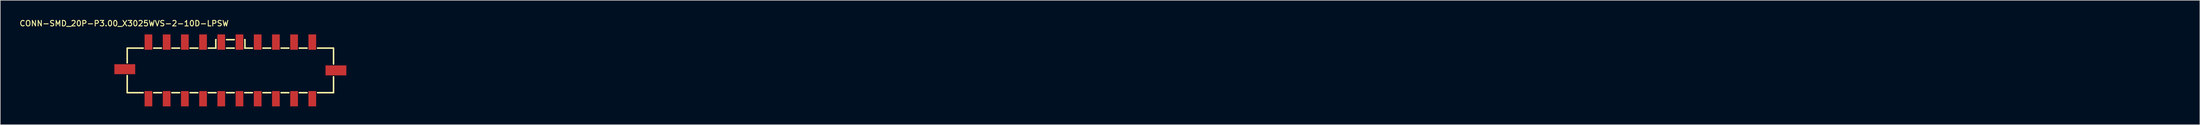
<source format=kicad_pcb>
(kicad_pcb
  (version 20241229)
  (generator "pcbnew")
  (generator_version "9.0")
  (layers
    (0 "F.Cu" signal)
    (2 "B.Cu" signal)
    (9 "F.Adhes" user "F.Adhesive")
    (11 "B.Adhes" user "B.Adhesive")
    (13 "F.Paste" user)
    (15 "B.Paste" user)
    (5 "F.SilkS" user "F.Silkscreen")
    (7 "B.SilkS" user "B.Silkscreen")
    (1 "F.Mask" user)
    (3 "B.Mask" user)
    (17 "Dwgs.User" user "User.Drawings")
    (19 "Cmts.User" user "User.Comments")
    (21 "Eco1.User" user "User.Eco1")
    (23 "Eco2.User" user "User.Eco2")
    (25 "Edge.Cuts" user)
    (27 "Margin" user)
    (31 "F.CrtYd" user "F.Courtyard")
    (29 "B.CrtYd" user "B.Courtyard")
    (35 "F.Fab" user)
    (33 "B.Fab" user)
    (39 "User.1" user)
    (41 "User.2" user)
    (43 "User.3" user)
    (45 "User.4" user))
  (footprint "CONN-SMD_20P-P3.00_X3025WVS-2-10D-LPSW"
    (layer "F.Cu")
    (at 34.909 8.636)
    (property "Reference" "CONN-SMD_20P-P3.00_X3025WVS-2-10D-LPSW" (at -0.192 -7.264 0) (layer "F.SilkS") (effects (font (size 0.914 0.914) (thickness 0.152)) (justify right bottom)))
    (attr through_hole)
    (fp_line (start -17 -3.7) (end -17 -1.256) (stroke (width 0.254) (type default)) (layer "F.SilkS"))
    (fp_line (start -17 -3.7) (end -14.366 -3.7) (stroke (width 0.254) (type default)) (layer "F.SilkS"))
    (fp_line (start -17 0.856) (end -17 3.7) (stroke (width 0.254) (type default)) (layer "F.SilkS"))
    (fp_line (start -17 3.7) (end -14.366 3.7) (stroke (width 0.254) (type default)) (layer "F.SilkS"))
    (fp_line (start -12.634 3.7) (end -11.366 3.7) (stroke (width 0.254) (type default)) (layer "F.SilkS"))
    (fp_line (start -11.366 -3.7) (end -12.634 -3.7) (stroke (width 0.254) (type default)) (layer "F.SilkS"))
    (fp_line (start -9.634 3.7) (end -8.366 3.7) (stroke (width 0.254) (type default)) (layer "F.SilkS"))
    (fp_line (start -8.366 -3.7) (end -9.634 -3.7) (stroke (width 0.254) (type default)) (layer "F.SilkS"))
    (fp_line (start -6.634 3.7) (end -5.366 3.7) (stroke (width 0.254) (type default)) (layer "F.SilkS"))
    (fp_line (start -5.366 -3.7) (end -6.634 -3.7) (stroke (width 0.254) (type default)) (layer "F.SilkS"))
    (fp_line (start -3.634 3.7) (end -2.366 3.7) (stroke (width 0.254) (type default)) (layer "F.SilkS"))
    (fp_line (start -2.4 -3.7) (end -2.4 -5.1) (stroke (width 0.254) (type default)) (layer "F.SilkS"))
    (fp_line (start -2.366 -3.7) (end -3.634 -3.7) (stroke (width 0.254) (type default)) (layer "F.SilkS"))
    (fp_line (start -2.366 -5.1) (end -2.4 -5.1) (stroke (width 0.254) (type default)) (layer "F.SilkS"))
    (fp_line (start -0.634 3.7) (end 0.634 3.7) (stroke (width 0.254) (type default)) (layer "F.SilkS"))
    (fp_line (start 0.634 -3.7) (end -0.634 -3.7) (stroke (width 0.254) (type default)) (layer "F.SilkS"))
    (fp_line (start 0.634 -5.1) (end -0.634 -5.1) (stroke (width 0.254) (type default)) (layer "F.SilkS"))
    (fp_line (start 2.366 3.7) (end 3.634 3.7) (stroke (width 0.254) (type default)) (layer "F.SilkS"))
    (fp_line (start 2.4 -5.1) (end 2.366 -5.1) (stroke (width 0.254) (type default)) (layer "F.SilkS"))
    (fp_line (start 2.4 -3.7) (end 2.4 -5.1) (stroke (width 0.254) (type default)) (layer "F.SilkS"))
    (fp_line (start 3.634 -3.7) (end 2.366 -3.7) (stroke (width 0.254) (type default)) (layer "F.SilkS"))
    (fp_line (start 5.366 3.7) (end 6.634 3.7) (stroke (width 0.254) (type default)) (layer "F.SilkS"))
    (fp_line (start 6.634 -3.7) (end 5.366 -3.7) (stroke (width 0.254) (type default)) (layer "F.SilkS"))
    (fp_line (start 8.366 3.7) (end 9.634 3.7) (stroke (width 0.254) (type default)) (layer "F.SilkS"))
    (fp_line (start 9.634 -3.7) (end 8.366 -3.7) (stroke (width 0.254) (type default)) (layer "F.SilkS"))
    (fp_line (start 11.366 3.7) (end 12.634 3.7) (stroke (width 0.254) (type default)) (layer "F.SilkS"))
    (fp_line (start 12.634 -3.7) (end 11.366 -3.7) (stroke (width 0.254) (type default)) (layer "F.SilkS"))
    (fp_line (start 14.366 3.7) (end 17 3.7) (stroke (width 0.254) (type default)) (layer "F.SilkS"))
    (fp_line (start 17 -3.7) (end 14.366 -3.7) (stroke (width 0.254) (type default)) (layer "F.SilkS"))
    (fp_line (start 17 -1.056) (end 17 -3.7) (stroke (width 0.254) (type default)) (layer "F.SilkS"))
    (fp_line (start 17 3.7) (end 17 1.056) (stroke (width 0.254) (type default)) (layer "F.SilkS"))
    (fp_circle (center 17.525 5.951) (end 17.555 5.951) (stroke (width 0.06) (type default)) (fill no) (layer "User.5"))
    (pad "1" smd rect (at 13.5 4.7 270) (size 2.54 1.27) (layers "F.Cu" "F.Mask" "F.Paste"))
    (pad "2" smd rect (at 10.5 4.7 270) (size 2.54 1.27) (layers "F.Cu" "F.Mask" "F.Paste"))
    (pad "3" smd rect (at 7.5 4.7 270) (size 2.54 1.27) (layers "F.Cu" "F.Mask" "F.Paste"))
    (pad "4" smd rect (at 4.5 4.7 270) (size 2.54 1.27) (layers "F.Cu" "F.Mask" "F.Paste"))
    (pad "5" smd rect (at 1.5 4.7 270) (size 2.54 1.27) (layers "F.Cu" "F.Mask" "F.Paste"))
    (pad "6" smd rect (at -1.5 4.7 270) (size 2.54 1.27) (layers "F.Cu" "F.Mask" "F.Paste"))
    (pad "7" smd rect (at -4.5 4.7 270) (size 2.54 1.27) (layers "F.Cu" "F.Mask" "F.Paste"))
    (pad "8" smd rect (at -7.5 4.7 270) (size 2.54 1.27) (layers "F.Cu" "F.Mask" "F.Paste"))
    (pad "9" smd rect (at -10.5 4.7 270) (size 2.54 1.27) (layers "F.Cu" "F.Mask" "F.Paste"))
    (pad "10" smd rect (at -13.5 4.7 270) (size 2.54 1.27) (layers "F.Cu" "F.Mask" "F.Paste"))
    (pad "11" smd rect (at 13.5 -4.7 270) (size 2.54 1.27) (layers "F.Cu" "F.Mask" "F.Paste"))
    (pad "12" smd rect (at 10.5 -4.7 270) (size 2.54 1.27) (layers "F.Cu" "F.Mask" "F.Paste"))
    (pad "13" smd rect (at 7.5 -4.7 270) (size 2.54 1.27) (layers "F.Cu" "F.Mask" "F.Paste"))
    (pad "14" smd rect (at 4.5 -4.7 270) (size 2.54 1.27) (layers "F.Cu" "F.Mask" "F.Paste"))
    (pad "15" smd rect (at 1.5 -4.7 270) (size 2.54 1.27) (layers "F.Cu" "F.Mask" "F.Paste"))
    (pad "16" smd rect (at -1.5 -4.7 270) (size 2.54 1.27) (layers "F.Cu" "F.Mask" "F.Paste"))
    (pad "17" smd rect (at -4.5 -4.7 270) (size 2.54 1.27) (layers "F.Cu" "F.Mask" "F.Paste"))
    (pad "18" smd rect (at -7.5 -4.7 270) (size 2.54 1.27) (layers "F.Cu" "F.Mask" "F.Paste"))
    (pad "19" smd rect (at -10.5 -4.7 270) (size 2.54 1.27) (layers "F.Cu" "F.Mask" "F.Paste"))
    (pad "20" smd rect (at -13.5 -4.7 270) (size 2.54 1.27) (layers "F.Cu" "F.Mask" "F.Paste"))
    (pad "21" smd rect (at -17.395 -0.2) (size 3.43 1.65) (layers "F.Cu" "F.Mask" "F.Paste"))
    (pad "22" smd rect (at 17.395 0) (size 3.43 1.65) (layers "F.Cu" "F.Mask" "F.Paste"))
    (zone (net_name "") (layer "F.SilkS") (hatch edge 0.5) (priority 100) (connect_pads yes) (min_thickness 0) (filled_areas_thickness no) (fill) (polygon (pts (xy 326.109 6.836) (xy 324.709 6.836) (xy 325.409 5.536))) (filled_polygon (layer "F.SilkS") (island) (pts (xy 326.109 6.836) (xy 324.709 6.836) (xy 325.409 5.536))))
    (zone (net_name "") (layer "Dwgs.User") (hatch edge 0.5) (priority 100) (connect_pads yes) (min_thickness 0) (filled_areas_thickness no) (fill yes) (polygon (pts (xy 326.109 6.836) (xy 324.709 6.836) (xy 325.409 5.536))) (filled_polygon (layer "Dwgs.User") (island) (pts (xy 326.109 6.836) (xy 324.709 6.836) (xy 325.409 5.536))))
    (zone (net_name "") (layer "Dwgs.User") (hatch edge 0.5) (priority 100) (connect_pads yes) (min_thickness 0) (filled_areas_thickness no) (fill yes) (polygon (pts (xy 339.909 13.736) (xy 339.909 12.336) (xy 337.909 12.336) (xy 337.909 13.736))) (filled_polygon (layer "Dwgs.User") (island) (pts (xy 339.909 13.736) (xy 339.909 12.336) (xy 337.909 12.336) (xy 337.909 13.736))))
    (zone (net_name "") (layer "User.3") (hatch edge 0.5) (priority 100) (connect_pads yes) (min_thickness 0) (filled_areas_thickness no) (fill yes) (polygon (pts (xy 355.734 4.885) (xy 355.734 12.285) (xy 322.084 12.285) (xy 322.084 4.885))) (filled_polygon (layer "User.3") (island) (pts (xy 355.734 4.885) (xy 355.734 12.285) (xy 322.084 12.285) (xy 322.084 4.885))))
    (zone (net_name "") (layer "User.4") (hatch edge 0.5) (priority 100) (connect_pads yes) (min_thickness 0) (filled_areas_thickness no) (fill yes) (polygon (pts (xy 321.384 7.986) (xy 323.784 7.986) (xy 323.784 9.286) (xy 321.384 9.286))) (filled_polygon (layer "User.4") (island) (pts (xy 321.384 7.986) (xy 323.784 7.986) (xy 323.784 9.286) (xy 321.384 9.286))))
    (zone (net_name "") (layer "User.4") (hatch edge 0.5) (priority 100) (connect_pads yes) (min_thickness 0) (filled_areas_thickness no) (fill yes) (polygon (pts (xy 325.109 5.085) (xy 325.109 2.685) (xy 325.709 2.685) (xy 325.709 5.085))) (filled_polygon (layer "User.4") (island) (pts (xy 325.109 5.085) (xy 325.109 2.685) (xy 325.709 2.685) (xy 325.709 5.085))))
    (zone (net_name "") (layer "User.4") (hatch edge 0.5) (priority 100) (connect_pads yes) (min_thickness 0) (filled_areas_thickness no) (fill yes) (polygon (pts (xy 325.109 14.485) (xy 325.109 12.085) (xy 325.709 12.085) (xy 325.709 14.485))) (filled_polygon (layer "User.4") (island) (pts (xy 325.109 14.485) (xy 325.109 12.085) (xy 325.709 12.085) (xy 325.709 14.485))))
    (zone (net_name "") (layer "User.4") (hatch edge 0.5) (priority 100) (connect_pads yes) (min_thickness 0) (filled_areas_thickness no) (fill yes) (polygon (pts (xy 328.109 5.085) (xy 328.109 2.685) (xy 328.709 2.685) (xy 328.709 5.085))) (filled_polygon (layer "User.4") (island) (pts (xy 328.109 5.085) (xy 328.109 2.685) (xy 328.709 2.685) (xy 328.709 5.085))))
    (zone (net_name "") (layer "User.4") (hatch edge 0.5) (priority 100) (connect_pads yes) (min_thickness 0) (filled_areas_thickness no) (fill yes) (polygon (pts (xy 328.109 14.485) (xy 328.109 12.085) (xy 328.709 12.085) (xy 328.709 14.485))) (filled_polygon (layer "User.4") (island) (pts (xy 328.109 14.485) (xy 328.109 12.085) (xy 328.709 12.085) (xy 328.709 14.485))))
    (zone (net_name "") (layer "User.4") (hatch edge 0.5) (priority 100) (connect_pads yes) (min_thickness 0) (filled_areas_thickness no) (fill yes) (polygon (pts (xy 331.109 5.085) (xy 331.109 2.685) (xy 331.709 2.685) (xy 331.709 5.085))) (filled_polygon (layer "User.4") (island) (pts (xy 331.109 5.085) (xy 331.109 2.685) (xy 331.709 2.685) (xy 331.709 5.085))))
    (zone (net_name "") (layer "User.4") (hatch edge 0.5) (priority 100) (connect_pads yes) (min_thickness 0) (filled_areas_thickness no) (fill yes) (polygon (pts (xy 331.109 14.485) (xy 331.109 12.085) (xy 331.709 12.085) (xy 331.709 14.485))) (filled_polygon (layer "User.4") (island) (pts (xy 331.109 14.485) (xy 331.109 12.085) (xy 331.709 12.085) (xy 331.709 14.485))))
    (zone (net_name "") (layer "User.4") (hatch edge 0.5) (priority 100) (connect_pads yes) (min_thickness 0) (filled_areas_thickness no) (fill yes) (polygon (pts (xy 334.109 14.485) (xy 334.109 12.085) (xy 334.709 12.085) (xy 334.709 14.485))) (filled_polygon (layer "User.4") (island) (pts (xy 334.109 14.485) (xy 334.109 12.085) (xy 334.709 12.085) (xy 334.709 14.485))))
    (zone (net_name "") (layer "User.4") (hatch edge 0.5) (priority 100) (connect_pads yes) (min_thickness 0) (filled_areas_thickness no) (fill yes) (polygon (pts (xy 334.109 5.085) (xy 334.109 2.685) (xy 334.709 2.685) (xy 334.709 5.085))) (filled_polygon (layer "User.4") (island) (pts (xy 334.109 5.085) (xy 334.109 2.685) (xy 334.709 2.685) (xy 334.709 5.085))))
    (zone (net_name "") (layer "User.4") (hatch edge 0.5) (priority 100) (connect_pads yes) (min_thickness 0) (filled_areas_thickness no) (fill yes) (polygon (pts (xy 337.109 14.485) (xy 337.109 12.085) (xy 337.709 12.085) (xy 337.709 14.485))) (filled_polygon (layer "User.4") (island) (pts (xy 337.109 14.485) (xy 337.109 12.085) (xy 337.709 12.085) (xy 337.709 14.485))))
    (zone (net_name "") (layer "User.4") (hatch edge 0.5) (priority 100) (connect_pads yes) (min_thickness 0) (filled_areas_thickness no) (fill yes) (polygon (pts (xy 337.109 5.085) (xy 337.109 2.685) (xy 337.709 2.685) (xy 337.709 5.085))) (filled_polygon (layer "User.4") (island) (pts (xy 337.109 5.085) (xy 337.109 2.685) (xy 337.709 2.685) (xy 337.709 5.085))))
    (zone (net_name "") (layer "User.4") (hatch edge 0.5) (priority 100) (connect_pads yes) (min_thickness 0) (filled_areas_thickness no) (fill yes) (polygon (pts (xy 340.109 14.485) (xy 340.109 12.085) (xy 340.709 12.085) (xy 340.709 14.485))) (filled_polygon (layer "User.4") (island) (pts (xy 340.109 14.485) (xy 340.109 12.085) (xy 340.709 12.085) (xy 340.709 14.485))))
    (zone (net_name "") (layer "User.4") (hatch edge 0.5) (priority 100) (connect_pads yes) (min_thickness 0) (filled_areas_thickness no) (fill yes) (polygon (pts (xy 340.109 5.085) (xy 340.109 2.685) (xy 340.709 2.685) (xy 340.709 5.085))) (filled_polygon (layer "User.4") (island) (pts (xy 340.109 5.085) (xy 340.109 2.685) (xy 340.709 2.685) (xy 340.709 5.085))))
    (zone (net_name "") (layer "User.4") (hatch edge 0.5) (priority 100) (connect_pads yes) (min_thickness 0) (filled_areas_thickness no) (fill yes) (polygon (pts (xy 343.109 14.485) (xy 343.109 12.085) (xy 343.709 12.085) (xy 343.709 14.485))) (filled_polygon (layer "User.4") (island) (pts (xy 343.109 14.485) (xy 343.109 12.085) (xy 343.709 12.085) (xy 343.709 14.485))))
    (zone (net_name "") (layer "User.4") (hatch edge 0.5) (priority 100) (connect_pads yes) (min_thickness 0) (filled_areas_thickness no) (fill yes) (polygon (pts (xy 343.109 5.085) (xy 343.109 2.685) (xy 343.709 2.685) (xy 343.709 5.085))) (filled_polygon (layer "User.4") (island) (pts (xy 343.109 5.085) (xy 343.109 2.685) (xy 343.709 2.685) (xy 343.709 5.085))))
    (zone (net_name "") (layer "User.4") (hatch edge 0.5) (priority 100) (connect_pads yes) (min_thickness 0) (filled_areas_thickness no) (fill yes) (polygon (pts (xy 346.109 14.485) (xy 346.109 12.085) (xy 346.709 12.085) (xy 346.709 14.485))) (filled_polygon (layer "User.4") (island) (pts (xy 346.109 14.485) (xy 346.109 12.085) (xy 346.709 12.085) (xy 346.709 14.485))))
    (zone (net_name "") (layer "User.4") (hatch edge 0.5) (priority 100) (connect_pads yes) (min_thickness 0) (filled_areas_thickness no) (fill yes) (polygon (pts (xy 346.109 5.085) (xy 346.109 2.685) (xy 346.709 2.685) (xy 346.709 5.085))) (filled_polygon (layer "User.4") (island) (pts (xy 346.109 5.085) (xy 346.109 2.685) (xy 346.709 2.685) (xy 346.709 5.085))))
    (zone (net_name "") (layer "User.4") (hatch edge 0.5) (priority 100) (connect_pads yes) (min_thickness 0) (filled_areas_thickness no) (fill yes) (polygon (pts (xy 349.109 14.485) (xy 349.109 12.085) (xy 349.709 12.085) (xy 349.709 14.485))) (filled_polygon (layer "User.4") (island) (pts (xy 349.109 14.485) (xy 349.109 12.085) (xy 349.709 12.085) (xy 349.709 14.485))))
    (zone (net_name "") (layer "User.4") (hatch edge 0.5) (priority 100) (connect_pads yes) (min_thickness 0) (filled_areas_thickness no) (fill yes) (polygon (pts (xy 349.109 5.085) (xy 349.109 2.685) (xy 349.709 2.685) (xy 349.709 5.085))) (filled_polygon (layer "User.4") (island) (pts (xy 349.109 5.085) (xy 349.109 2.685) (xy 349.709 2.685) (xy 349.709 5.085))))
    (zone (net_name "") (layer "User.4") (hatch edge 0.5) (priority 100) (connect_pads yes) (min_thickness 0) (filled_areas_thickness no) (fill yes) (polygon (pts (xy 352.109 14.485) (xy 352.109 12.085) (xy 352.709 12.085) (xy 352.709 14.485))) (filled_polygon (layer "User.4") (island) (pts (xy 352.109 14.485) (xy 352.109 12.085) (xy 352.709 12.085) (xy 352.709 14.485))))
    (zone (net_name "") (layer "User.4") (hatch edge 0.5) (priority 100) (connect_pads yes) (min_thickness 0) (filled_areas_thickness no) (fill yes) (polygon (pts (xy 352.109 5.085) (xy 352.109 2.685) (xy 352.709 2.685) (xy 352.709 5.085))) (filled_polygon (layer "User.4") (island) (pts (xy 352.109 5.085) (xy 352.109 2.685) (xy 352.709 2.685) (xy 352.709 5.085))))
    (zone (net_name "") (layer "User.4") (hatch edge 0.5) (priority 100) (connect_pads yes) (min_thickness 0) (filled_areas_thickness no) (fill yes) (polygon (pts (xy 354.034 8.186) (xy 356.434 8.186) (xy 356.434 9.486) (xy 354.034 9.486))) (filled_polygon (layer "User.4") (island) (pts (xy 354.034 8.186) (xy 356.434 8.186) (xy 356.434 9.486) (xy 354.034 9.486)))))
  (gr_rect
    (start -3 -3)
    (end 359.434 17.647)
    (stroke (width 0.1) (type default))
    (fill no)
    (layer "Edge.Cuts")))
</source>
